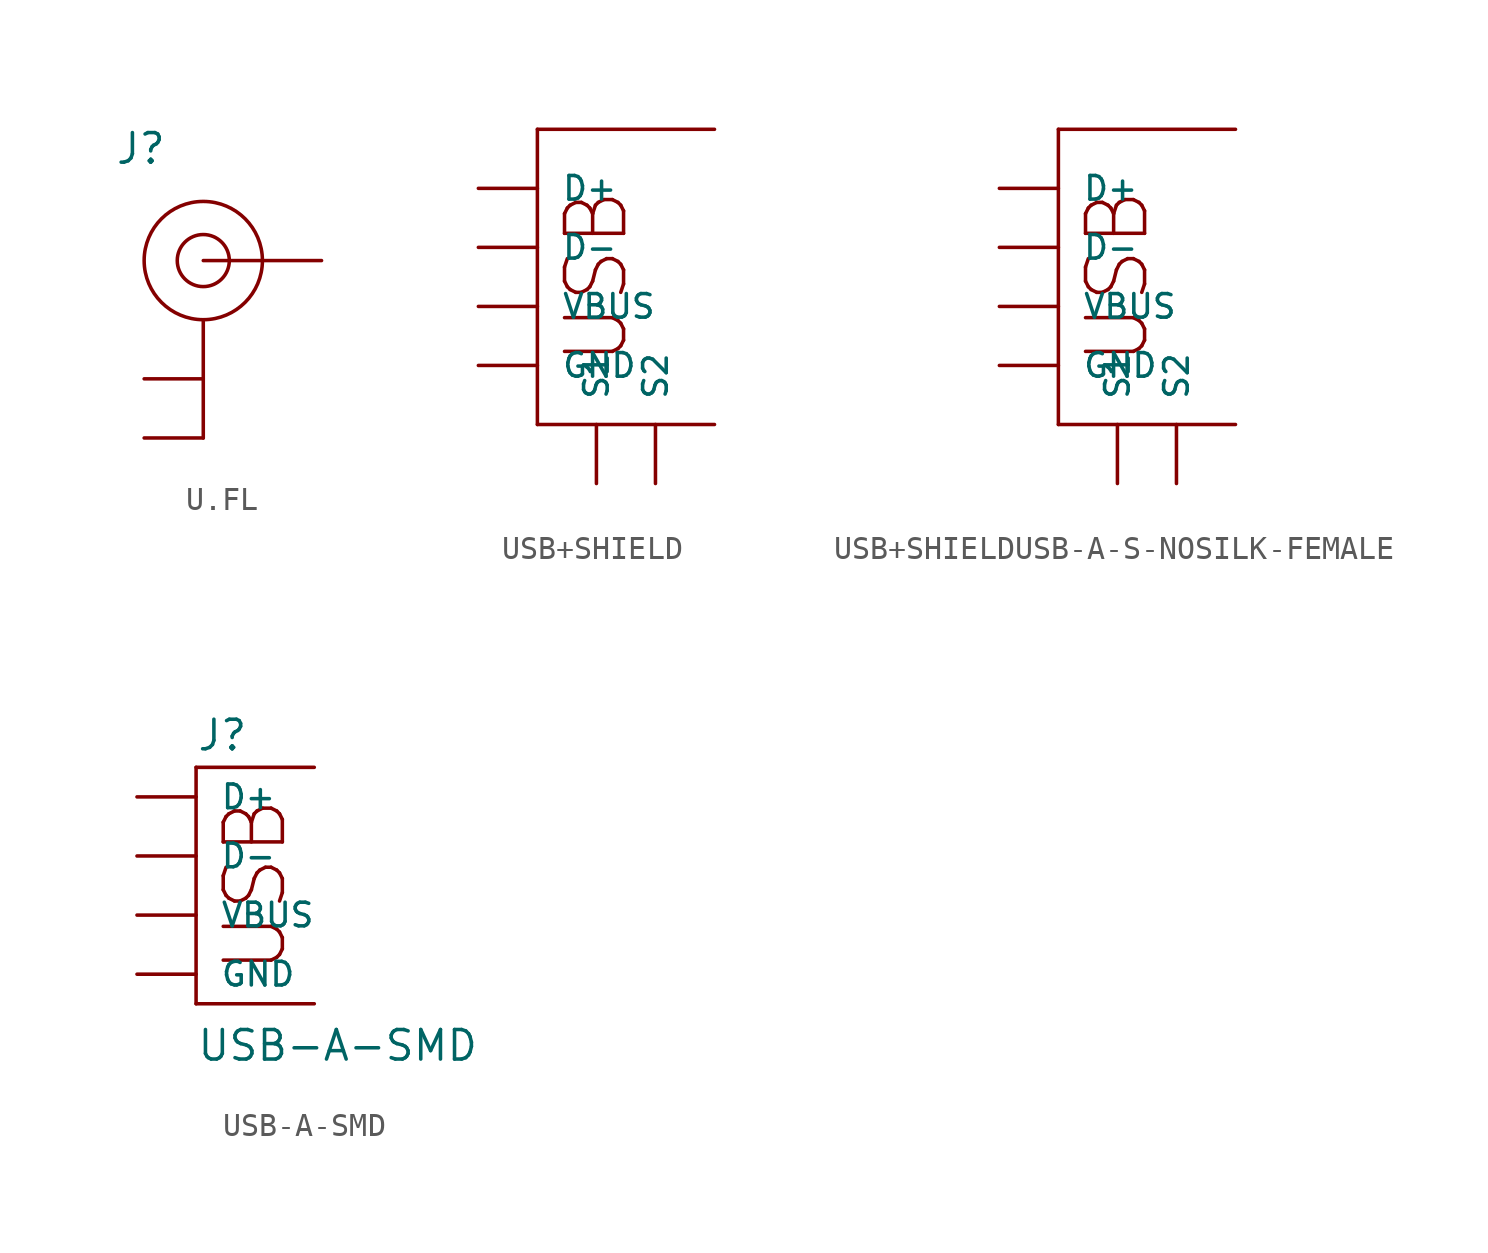
<source format=kicad_sym>
(kicad_symbol_lib
  (version 20211014)
  (generator kicad_symbol_editor)
  (symbol "U.FL"
    (pin_numbers hide)
    (pin_names
      (offset 1.016) hide)
    (property "Reference" "J"
      (at -3.81 4.064 0)
      (effects (font (size 1.27 1.27)) (justify left bottom)))
    (property "Datasheet" ""
      (at 0 0 0)
      (effects (font (size 1.524 1.524))))
    (property "ki_locked" ""
      (at 0 0 0)
      (effects (font (size 1.27 1.27))))
    (symbol "U.FL_1_0"
      (polyline (pts (xy 0 -2.54) (xy 0 -7.62)) (stroke (width 0) (type default) (color 0 0 0 0)) (fill (type none))))
    (symbol "U.FL_1_1"
      (circle (center 0 0) (radius 1.118) (stroke (width 0) (type default) (color 0 0 0 0)) (fill (type none)))
      (circle (center 0 0) (radius 2.54) (stroke (width 0) (type default) (color 0 0 0 0)) (fill (type none)))
      (pin bidirectional line (at -2.54 -5.08 0) (length 2.54) (name "GND" (effects (font (size 1.016 1.016)))) (number "P$1" (effects (font (size 1.016 1.016)))))
      (pin bidirectional line (at -2.54 -7.62 0) (length 2.54) (name "GND" (effects (font (size 1.016 1.016)))) (number "P$2" (effects (font (size 1.016 1.016)))))
      (pin bidirectional line (at 5.08 0 180) (length 5.08) (name "SIGNAL" (effects (font (size 1.016 1.016)))) (number "P$3" (effects (font (size 1.016 1.016)))))))
  (symbol "USB+SHIELD"
    (pin_numbers hide)
    (pin_names
      (offset 1.016))
    (property "Reference" "M"
      (at 0 0 0)
      (effects (font (size 1.27 1.27)) hide))
    (property "Datasheet" ""
      (at 0 0 0)
      (effects (font (size 1.524 1.524))))
    (property "ki_locked" ""
      (at 0 0 0)
      (effects (font (size 1.27 1.27))))
    (symbol "USB+SHIELD_1_0"
      (polyline (pts (xy 0 -2.54) (xy 7.62 -2.54)) (stroke (width 0) (type default) (color 0 0 0 0)) (fill (type none)))
      (polyline (pts (xy 0 10.16) (xy 0 -2.54)) (stroke (width 0) (type default) (color 0 0 0 0)) (fill (type none)))
      (polyline (pts (xy 7.62 10.16) (xy 0 10.16)) (stroke (width 0) (type default) (color 0 0 0 0)) (fill (type none)))
      (text "USB" (at 2.54 3.81 900) (effects (font (size 2.54 2.54)))))
    (symbol "USB+SHIELD_1_1"
      (pin bidirectional line (at -2.54 7.62 0) (length 2.54) (name "D+" (effects (font (size 1.016 1.016)))) (number "D+" (effects (font (size 1.016 1.016)))))
      (pin bidirectional line (at -2.54 5.08 0) (length 2.54) (name "D-" (effects (font (size 1.016 1.016)))) (number "D-" (effects (font (size 1.016 1.016)))))
      (pin bidirectional line (at -2.54 0 0) (length 2.54) (name "GND" (effects (font (size 1.016 1.016)))) (number "GND" (effects (font (size 1.016 1.016)))))
      (pin bidirectional line (at 2.54 -5.08 90) (length 2.54) (name "S1" (effects (font (size 1.016 1.016)))) (number "S1" (effects (font (size 1.016 1.016)))))
      (pin bidirectional line (at 5.08 -5.08 90) (length 2.54) (name "S2" (effects (font (size 1.016 1.016)))) (number "S2" (effects (font (size 1.016 1.016)))))
      (pin bidirectional line (at -2.54 2.54 0) (length 2.54) (name "VBUS" (effects (font (size 1.016 1.016)))) (number "VBUS" (effects (font (size 1.016 1.016)))))))
  (symbol "USB+SHIELDUSB-A-S-NOSILK-FEMALE"
    (pin_numbers hide)
    (pin_names
      (offset 1.016))
    (property "Reference" "M"
      (at 0 0 0)
      (effects (font (size 1.27 1.27)) hide))
    (property "Datasheet" ""
      (at 0 0 0)
      (effects (font (size 1.524 1.524))))
    (property "ki_locked" ""
      (at 0 0 0)
      (effects (font (size 1.27 1.27))))
    (symbol "USB+SHIELDUSB-A-S-NOSILK-FEMALE_1_0"
      (polyline (pts (xy 0 -2.54) (xy 7.62 -2.54)) (stroke (width 0) (type default) (color 0 0 0 0)) (fill (type none)))
      (polyline (pts (xy 0 10.16) (xy 0 -2.54)) (stroke (width 0) (type default) (color 0 0 0 0)) (fill (type none)))
      (polyline (pts (xy 7.62 10.16) (xy 0 10.16)) (stroke (width 0) (type default) (color 0 0 0 0)) (fill (type none)))
      (text "USB" (at 2.54 3.81 900) (effects (font (size 2.54 2.54)))))
    (symbol "USB+SHIELDUSB-A-S-NOSILK-FEMALE_1_1"
      (pin bidirectional line (at -2.54 7.62 0) (length 2.54) (name "D+" (effects (font (size 1.016 1.016)))) (number "D+" (effects (font (size 1.016 1.016)))))
      (pin bidirectional line (at -2.54 5.08 0) (length 2.54) (name "D-" (effects (font (size 1.016 1.016)))) (number "D-" (effects (font (size 1.016 1.016)))))
      (pin bidirectional line (at -2.54 0 0) (length 2.54) (name "GND" (effects (font (size 1.016 1.016)))) (number "GND" (effects (font (size 1.016 1.016)))))
      (pin bidirectional line (at 2.54 -5.08 90) (length 2.54) (name "S1" (effects (font (size 1.016 1.016)))) (number "S1" (effects (font (size 1.016 1.016)))))
      (pin bidirectional line (at 5.08 -5.08 90) (length 2.54) (name "S2" (effects (font (size 1.016 1.016)))) (number "S2" (effects (font (size 1.016 1.016)))))
      (pin bidirectional line (at -2.54 2.54 0) (length 2.54) (name "VBUS" (effects (font (size 1.016 1.016)))) (number "VBUS" (effects (font (size 1.016 1.016)))))))
  (symbol "USB-A-SMD"
    (pin_numbers hide)
    (pin_names
      (offset 1.016))
    (property "Reference" "J"
      (at 0 9.525 0)
      (effects (font (size 1.27 1.27)) (justify left bottom)))
    (property "Value" "USB-A-SMD"
      (at 0 -3.81 0)
      (effects (font (size 1.27 1.27)) (justify left bottom)))
    (property "Datasheet" ""
      (at 0 0 0)
      (effects (font (size 1.524 1.524))))
    (property "ki_locked" ""
      (at 0 0 0)
      (effects (font (size 1.27 1.27))))
    (symbol "USB-A-SMD_1_0"
      (polyline (pts (xy 0 -1.27) (xy 5.08 -1.27)) (stroke (width 0) (type default) (color 0 0 0 0)) (fill (type none)))
      (polyline (pts (xy 0 8.89) (xy 0 -1.27)) (stroke (width 0) (type default) (color 0 0 0 0)) (fill (type none)))
      (polyline (pts (xy 5.08 8.89) (xy 0 8.89)) (stroke (width 0) (type default) (color 0 0 0 0)) (fill (type none)))
      (text "USB" (at 2.54 3.81 900) (effects (font (size 2.54 2.54)))))
    (symbol "USB-A-SMD_1_1"
      (pin bidirectional line (at -2.54 7.62 0) (length 2.54) (name "D+" (effects (font (size 1.016 1.016)))) (number "D+" (effects (font (size 1.016 1.016)))))
      (pin bidirectional line (at -2.54 5.08 0) (length 2.54) (name "D-" (effects (font (size 1.016 1.016)))) (number "D-" (effects (font (size 1.016 1.016)))))
      (pin bidirectional line (at -2.54 0 0) (length 2.54) (name "GND" (effects (font (size 1.016 1.016)))) (number "GND" (effects (font (size 1.016 1.016)))))
      (pin bidirectional line (at -2.54 2.54 0) (length 2.54) (name "VBUS" (effects (font (size 1.016 1.016)))) (number "VBUS" (effects (font (size 1.016 1.016))))))))
</source>
